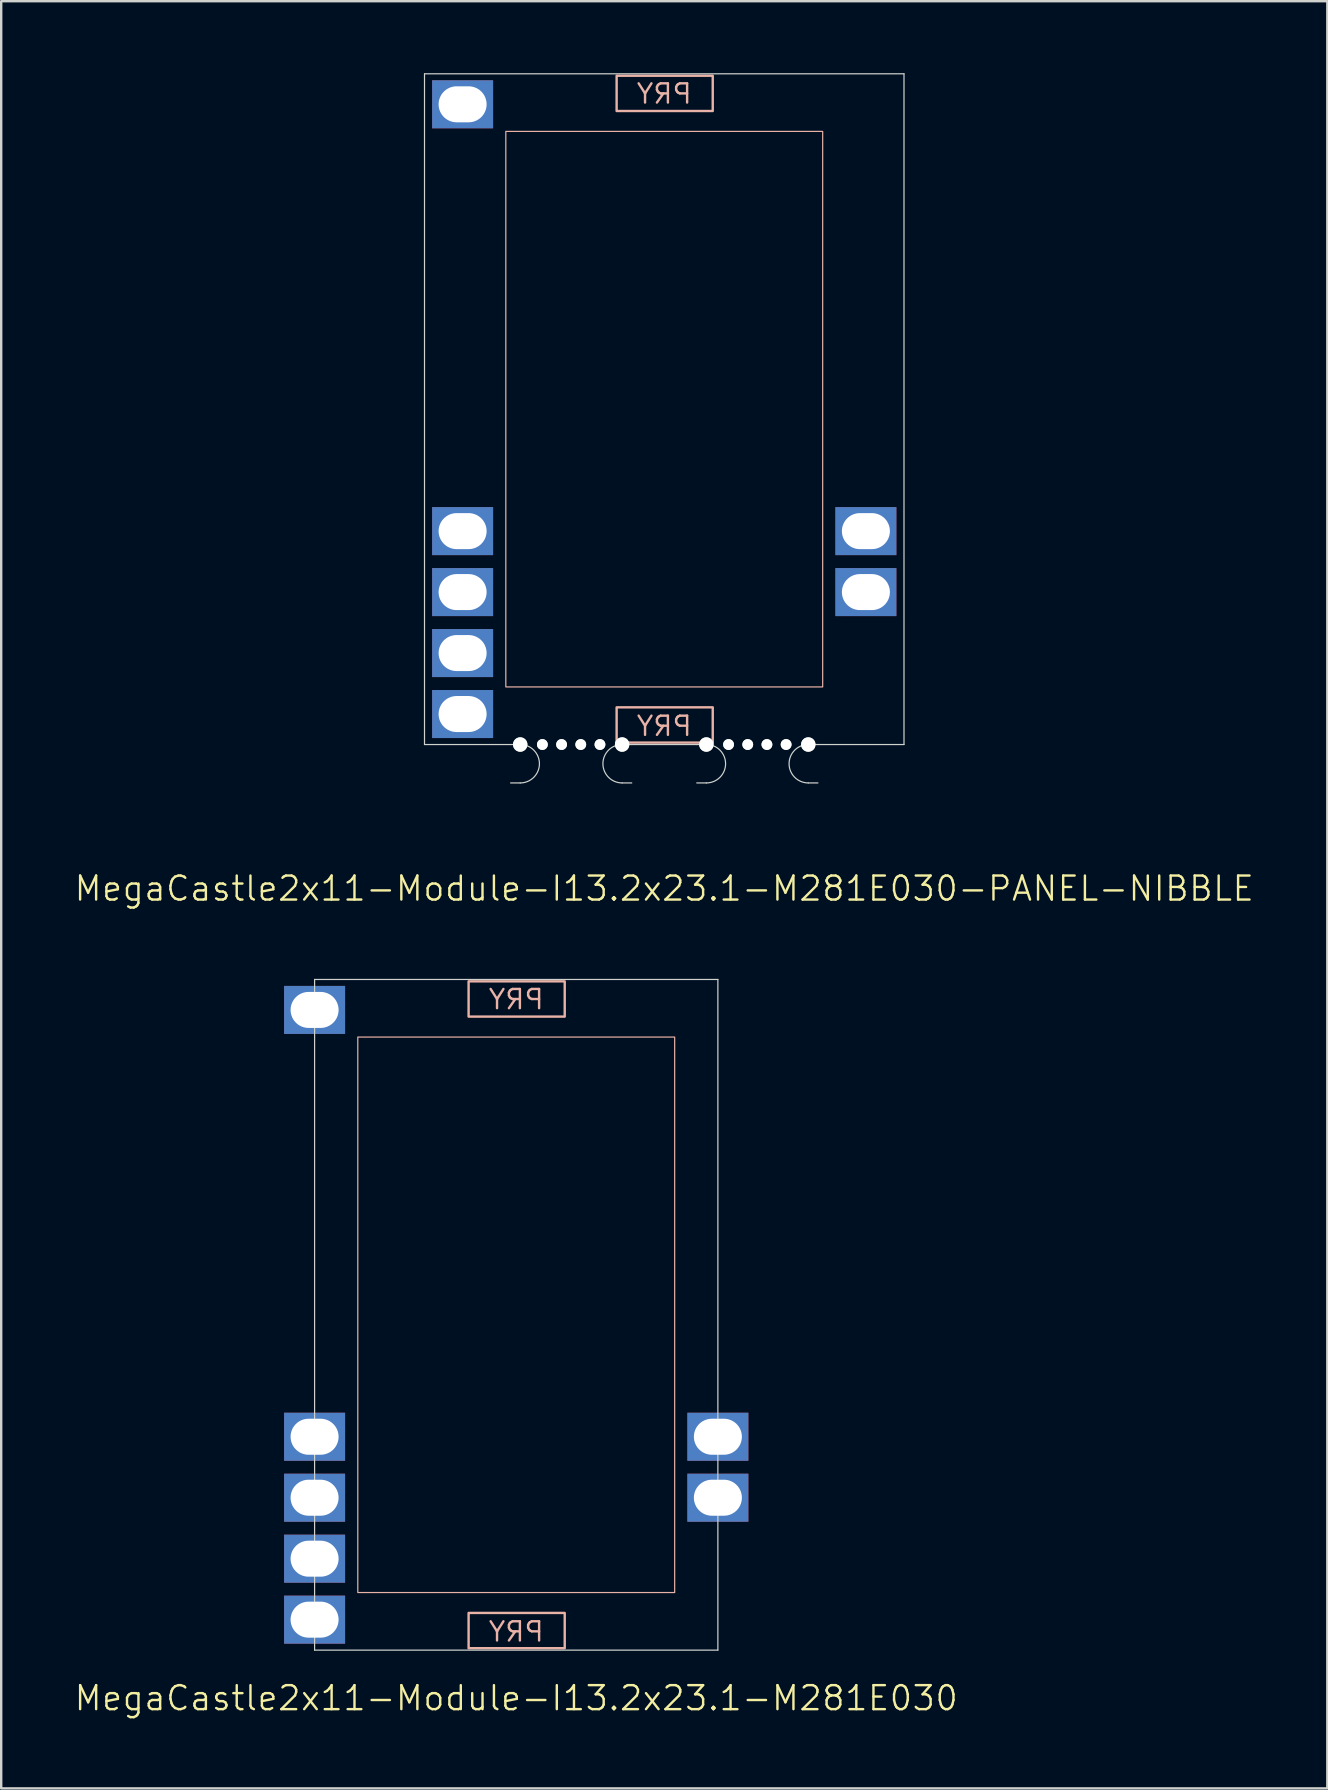
<source format=kicad_pcb>
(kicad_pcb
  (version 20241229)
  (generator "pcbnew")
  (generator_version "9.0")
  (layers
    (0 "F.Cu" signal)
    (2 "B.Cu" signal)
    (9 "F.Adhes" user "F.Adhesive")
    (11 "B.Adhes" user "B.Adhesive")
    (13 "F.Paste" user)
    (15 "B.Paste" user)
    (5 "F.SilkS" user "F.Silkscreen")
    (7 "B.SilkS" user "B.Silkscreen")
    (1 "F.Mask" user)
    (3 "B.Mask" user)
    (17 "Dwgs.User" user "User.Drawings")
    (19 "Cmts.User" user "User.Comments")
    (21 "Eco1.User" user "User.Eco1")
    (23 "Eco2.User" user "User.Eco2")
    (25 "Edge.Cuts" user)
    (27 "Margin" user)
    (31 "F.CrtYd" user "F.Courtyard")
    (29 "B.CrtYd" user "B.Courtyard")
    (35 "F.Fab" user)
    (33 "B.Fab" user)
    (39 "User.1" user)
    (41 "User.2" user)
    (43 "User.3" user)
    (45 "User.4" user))
  (footprint "MegaCastle2x11-Module-I13.2x23.1-M281E030"
    (layer "F.Cu")
    (at 18.455 51.721)
    (property "Reference" "MegaCastle2x11-Module-I13.2x23.1-M281E030" (at 0 15.97 0) (unlocked yes) (layer "F.SilkS") (effects (font (size 1 1) (thickness 0.1))))
    (attr smd)
    (fp_rect (start -6.6 11.57) (end 6.6 -11.57) (stroke (width 0.05) (type default)) (fill no) (layer "B.SilkS"))
    (fp_rect (start -1.984 -12.421) (end 2.02 -13.89) (stroke (width 0.1) (type default)) (fill no) (layer "B.SilkS"))
    (fp_rect (start -1.984 12.421) (end 2.02 13.89) (stroke (width 0.1) (type default)) (fill no) (layer "B.SilkS"))
    (fp_line (start -8.4 -13.97) (end -8.4 13.97) (stroke (width 0.05) (type default)) (layer "Edge.Cuts"))
    (fp_line (start -8.4 -13.97) (end 8.4 -13.97) (stroke (width 0.05) (type default)) (layer "Edge.Cuts"))
    (fp_line (start -8.4 13.97) (end 8.4 13.97) (stroke (width 0.05) (type default)) (layer "Edge.Cuts"))
    (fp_line (start 8.4 -13.97) (end 8.4 13.97) (stroke (width 0.05) (type default)) (layer "Edge.Cuts"))
    (fp_text user "PRY" (at 0 -12.67 0) (unlocked yes) (layer "B.SilkS") (effects (font (size 0.8 0.8) (thickness 0.1)) (justify bottom mirror)))
    (fp_text user "PRY" (at 0 13.67 0) (unlocked yes) (layer "B.SilkS") (effects (font (size 0.8 0.8) (thickness 0.1)) (justify bottom mirror)))
    (pad "1" thru_hole rect (at -8.4 -12.7) (size 2.54 2) (drill oval 2 1.5) (property pad_prop_castellated) (layers "*.Cu" "*.Mask"))
    (pad "8" thru_hole rect (at -8.4 5.08) (size 2.54 2) (drill oval 2 1.5) (property pad_prop_castellated) (layers "*.Cu" "*.Mask"))
    (pad "9" thru_hole rect (at -8.4 7.62) (size 2.54 2) (drill oval 2 1.5) (property pad_prop_castellated) (layers "*.Cu" "*.Mask"))
    (pad "10" thru_hole rect (at -8.4 10.16) (size 2.54 2) (drill oval 2 1.5) (property pad_prop_castellated) (layers "*.Cu" "*.Mask"))
    (pad "11" thru_hole rect (at -8.4 12.7) (size 2.54 2) (drill oval 2 1.5) (property pad_prop_castellated) (layers "*.Cu" "*.Mask"))
    (pad "19" thru_hole rect (at 8.4 5.08) (size 2.54 2) (drill oval 2 1.5) (property pad_prop_castellated) (layers "*.Cu" "*.Mask"))
    (pad "20" thru_hole rect (at 8.4 7.62) (size 2.54 2) (drill oval 2 1.5) (property pad_prop_castellated) (layers "*.Cu" "*.Mask"))
    (zone (net_name "") (layer "B.Cu") (hatch edge 0.5) (connect_pads) (min_thickness 0.25) (filled_areas_thickness no) (keepout (tracks allowed) (vias allowed) (pads allowed) (copperpour allowed) (footprints not_allowed)) (placement (enabled no)) (fill) (polygon (pts (xy 10.055 65.691) (xy 10.055 37.751) (xy 11.855 37.751) (xy 11.855 65.691))))
    (zone (net_name "") (layer "B.Cu") (hatch edge 0.5) (connect_pads) (min_thickness 0.25) (filled_areas_thickness no) (keepout (tracks allowed) (vias allowed) (pads allowed) (copperpour allowed) (footprints not_allowed)) (placement (enabled no)) (fill) (polygon (pts (xy 11.855 37.751) (xy 11.855 40.151) (xy 25.055 40.151) (xy 25.055 37.751))))
    (zone (net_name "") (layer "B.Cu") (hatch edge 0.5) (connect_pads) (min_thickness 0.25) (filled_areas_thickness no) (keepout (tracks allowed) (vias allowed) (pads allowed) (copperpour allowed) (footprints not_allowed)) (placement (enabled no)) (fill) (polygon (pts (xy 11.855 65.691) (xy 11.855 63.291) (xy 25.055 63.291) (xy 25.055 65.691))))
    (zone (net_name "") (layer "B.Cu") (name "Upper Pry Zone") (hatch edge 0.5) (connect_pads) (min_thickness 0.25) (filled_areas_thickness no) (keepout (tracks not_allowed) (vias not_allowed) (pads not_allowed) (copperpour allowed) (footprints not_allowed)) (placement (enabled no)) (fill) (polygon (pts (xy 16.471 39.299) (xy 16.471 37.831) (xy 20.474 37.831) (xy 20.474 39.299))))
    (zone (net_name "") (layer "B.Cu") (name "Upper Pry Zone") (hatch edge 0.5) (connect_pads) (min_thickness 0.25) (filled_areas_thickness no) (keepout (tracks not_allowed) (vias not_allowed) (pads not_allowed) (copperpour allowed) (footprints not_allowed)) (placement (enabled no)) (fill) (polygon (pts (xy 16.471 64.142) (xy 16.471 65.611) (xy 20.474 65.611) (xy 20.474 64.142))))
    (zone (net_name "") (layer "B.Cu") (hatch edge 0.5) (connect_pads) (min_thickness 0.25) (filled_areas_thickness no) (keepout (tracks allowed) (vias allowed) (pads allowed) (copperpour allowed) (footprints not_allowed)) (placement (enabled no)) (fill) (polygon (pts (xy 26.855 65.691) (xy 26.855 37.751) (xy 25.055 37.751) (xy 25.055 65.691)))))
  (footprint "MegaCastle2x11-Module-I13.2x23.1-M281E030-PANEL-NIBBLE"
    (layer "F.Cu")
    (at 24.621 13.995)
    (property "Reference" "MegaCastle2x11-Module-I13.2x23.1-M281E030-PANEL-NIBBLE" (at 0 19.97 0) (unlocked yes) (layer "F.SilkS") (effects (font (size 1 1) (thickness 0.1))))
    (attr smd)
    (fp_rect (start -6.6 11.57) (end 6.6 -11.57) (stroke (width 0.05) (type default)) (fill no) (layer "B.SilkS"))
    (fp_rect (start -1.984 -12.421) (end 2.02 -13.89) (stroke (width 0.1) (type default)) (fill no) (layer "B.SilkS"))
    (fp_rect (start -1.984 12.421) (end 2.02 13.89) (stroke (width 0.1) (type default)) (fill no) (layer "B.SilkS"))
    (fp_line (start -9.987 -13.97) (end -9.987 13.97) (stroke (width 0.05) (type default)) (layer "Edge.Cuts"))
    (fp_line (start -9.987 -13.97) (end 9.987 -13.97) (stroke (width 0.05) (type default)) (layer "Edge.Cuts"))
    (fp_line (start -9.987 13.97) (end -6.4 13.97) (stroke (width 0.05) (type default)) (layer "Edge.Cuts"))
    (fp_line (start -6.4 13.97) (end -6 13.97) (stroke (width 0.05) (type default)) (layer "Edge.Cuts"))
    (fp_line (start -6.4 15.57) (end -6 15.57) (stroke (width 0.05) (type default)) (layer "Edge.Cuts"))
    (fp_line (start -1.355 13.97) (end -1.755 13.97) (stroke (width 0.05) (type default)) (layer "Edge.Cuts"))
    (fp_line (start -1.355 13.97) (end 1.355 13.97) (stroke (width 0.05) (type default)) (layer "Edge.Cuts"))
    (fp_line (start -1.355 15.57) (end -1.755 15.57) (stroke (width 0.05) (type default)) (layer "Edge.Cuts"))
    (fp_line (start 1.355 13.97) (end 1.755 13.97) (stroke (width 0.05) (type default)) (layer "Edge.Cuts"))
    (fp_line (start 1.355 15.57) (end 1.755 15.57) (stroke (width 0.05) (type default)) (layer "Edge.Cuts"))
    (fp_line (start 6.4 13.97) (end 6 13.97) (stroke (width 0.05) (type default)) (layer "Edge.Cuts"))
    (fp_line (start 6.4 13.97) (end 9.987 13.97) (stroke (width 0.05) (type default)) (layer "Edge.Cuts"))
    (fp_line (start 6.4 15.57) (end 6 15.57) (stroke (width 0.05) (type default)) (layer "Edge.Cuts"))
    (fp_line (start 9.987 -13.97) (end 9.987 13.97) (stroke (width 0.05) (type default)) (layer "Edge.Cuts"))
    (fp_arc (start -6 13.97) (mid -5.2 14.77) (end -6 15.57) (stroke (width 0.05) (type default)) (layer "Edge.Cuts"))
    (fp_arc (start -1.755 15.57) (mid -2.555 14.77) (end -1.755 13.97) (stroke (width 0.05) (type default)) (layer "Edge.Cuts"))
    (fp_arc (start 1.755 13.97) (mid 2.555 14.77) (end 1.755 15.57) (stroke (width 0.05) (type default)) (layer "Edge.Cuts"))
    (fp_arc (start 6 15.57) (mid 5.2 14.77) (end 6 13.97) (stroke (width 0.05) (type default)) (layer "Edge.Cuts"))
    (fp_text user "PRY" (at 0 13.67 0) (unlocked yes) (layer "B.SilkS") (effects (font (size 0.8 0.8) (thickness 0.1)) (justify bottom mirror)))
    (fp_text user "PRY" (at 0 -12.67 0) (unlocked yes) (layer "B.SilkS") (effects (font (size 0.8 0.8) (thickness 0.1)) (justify bottom mirror)))
    (pad "" np_thru_hole circle (at -6 13.97) (size 0.6 0.6) (drill 0.6) (layers "*.Cu" "Edge.Cuts"))
    (pad "" np_thru_hole circle (at -5.077 13.97) (size 0.45 0.45) (drill 0.45) (layers "*.Cu" "Edge.Cuts"))
    (pad "" np_thru_hole circle (at -4.277 13.97) (size 0.45 0.45) (drill 0.45) (layers "*.Cu" "Edge.Cuts"))
    (pad "" np_thru_hole circle (at -3.478 13.97) (size 0.45 0.45) (drill 0.45) (layers "*.Cu" "Edge.Cuts"))
    (pad "" np_thru_hole circle (at -2.678 13.97) (size 0.45 0.45) (drill 0.45) (layers "*.Cu" "Edge.Cuts"))
    (pad "" np_thru_hole circle (at -1.755 13.97) (size 0.6 0.6) (drill 0.6) (layers "*.Cu" "Edge.Cuts"))
    (pad "" np_thru_hole circle (at 1.755 13.97) (size 0.6 0.6) (drill 0.6) (layers "*.Cu" "Edge.Cuts"))
    (pad "" np_thru_hole circle (at 2.678 13.97) (size 0.45 0.45) (drill 0.45) (layers "*.Cu" "Edge.Cuts"))
    (pad "" np_thru_hole circle (at 3.478 13.97) (size 0.45 0.45) (drill 0.45) (layers "*.Cu" "Edge.Cuts"))
    (pad "" np_thru_hole circle (at 4.277 13.97) (size 0.45 0.45) (drill 0.45) (layers "*.Cu" "Edge.Cuts"))
    (pad "" np_thru_hole circle (at 5.077 13.97) (size 0.45 0.45) (drill 0.45) (layers "*.Cu" "Edge.Cuts"))
    (pad "" np_thru_hole circle (at 6 13.97) (size 0.6 0.6) (drill 0.6) (layers "*.Cu" "Edge.Cuts"))
    (pad "1" thru_hole rect (at -8.4 -12.7) (size 2.54 2) (drill oval 2 1.5) (property pad_prop_castellated) (layers "*.Cu" "*.Mask"))
    (pad "8" thru_hole rect (at -8.4 5.08) (size 2.54 2) (drill oval 2 1.5) (property pad_prop_castellated) (layers "*.Cu" "*.Mask"))
    (pad "9" thru_hole rect (at -8.4 7.62) (size 2.54 2) (drill oval 2 1.5) (property pad_prop_castellated) (layers "*.Cu" "*.Mask"))
    (pad "10" thru_hole rect (at -8.4 10.16) (size 2.54 2) (drill oval 2 1.5) (property pad_prop_castellated) (layers "*.Cu" "*.Mask"))
    (pad "11" thru_hole rect (at -8.4 12.7) (size 2.54 2) (drill oval 2 1.5) (property pad_prop_castellated) (layers "*.Cu" "*.Mask"))
    (pad "19" thru_hole rect (at 8.4 5.08) (size 2.54 2) (drill oval 2 1.5) (property pad_prop_castellated) (layers "*.Cu" "*.Mask"))
    (pad "20" thru_hole rect (at 8.4 7.62) (size 2.54 2) (drill oval 2 1.5) (property pad_prop_castellated) (layers "*.Cu" "*.Mask"))
    (zone (net_name "") (layer "B.Cu") (hatch edge 0.5) (connect_pads) (min_thickness 0.25) (filled_areas_thickness no) (keepout (tracks allowed) (vias allowed) (pads allowed) (copperpour allowed) (footprints not_allowed)) (placement (enabled no)) (fill) (polygon (pts (xy 16.221 27.965) (xy 16.221 0.025) (xy 18.021 0.025) (xy 18.021 27.965))))
    (zone (net_name "") (layer "B.Cu") (hatch edge 0.5) (connect_pads) (min_thickness 0.25) (filled_areas_thickness no) (keepout (tracks allowed) (vias allowed) (pads allowed) (copperpour allowed) (footprints not_allowed)) (placement (enabled no)) (fill) (polygon (pts (xy 18.021 0.025) (xy 18.021 2.425) (xy 31.221 2.425) (xy 31.221 0.025))))
    (zone (net_name "") (layer "B.Cu") (hatch edge 0.5) (connect_pads) (min_thickness 0.25) (filled_areas_thickness no) (keepout (tracks allowed) (vias allowed) (pads allowed) (copperpour allowed) (footprints not_allowed)) (placement (enabled no)) (fill) (polygon (pts (xy 18.021 27.965) (xy 18.021 25.565) (xy 31.221 25.565) (xy 31.221 27.965))))
    (zone (net_name "") (layer "B.Cu") (name "Upper Pry Zone") (hatch edge 0.5) (connect_pads) (min_thickness 0.25) (filled_areas_thickness no) (keepout (tracks not_allowed) (vias not_allowed) (pads not_allowed) (copperpour allowed) (footprints not_allowed)) (placement (enabled no)) (fill) (polygon (pts (xy 22.637 1.574) (xy 22.637 0.105) (xy 26.641 0.105) (xy 26.641 1.574))))
    (zone (net_name "") (layer "B.Cu") (name "Upper Pry Zone") (hatch edge 0.5) (connect_pads) (min_thickness 0.25) (filled_areas_thickness no) (keepout (tracks not_allowed) (vias not_allowed) (pads not_allowed) (copperpour allowed) (footprints not_allowed)) (placement (enabled no)) (fill) (polygon (pts (xy 22.637 26.416) (xy 22.637 27.885) (xy 26.641 27.885) (xy 26.641 26.416))))
    (zone (net_name "") (layer "B.Cu") (hatch edge 0.5) (connect_pads) (min_thickness 0.25) (filled_areas_thickness no) (keepout (tracks allowed) (vias allowed) (pads allowed) (copperpour allowed) (footprints not_allowed)) (placement (enabled no)) (fill) (polygon (pts (xy 33.021 27.965) (xy 33.021 0.025) (xy 31.221 0.025) (xy 31.221 27.965)))))
  (gr_rect
    (start -3 -3)
    (end 52.243 71.451)
    (stroke (width 0.1) (type default))
    (fill no)
    (layer "Edge.Cuts")))
</source>
